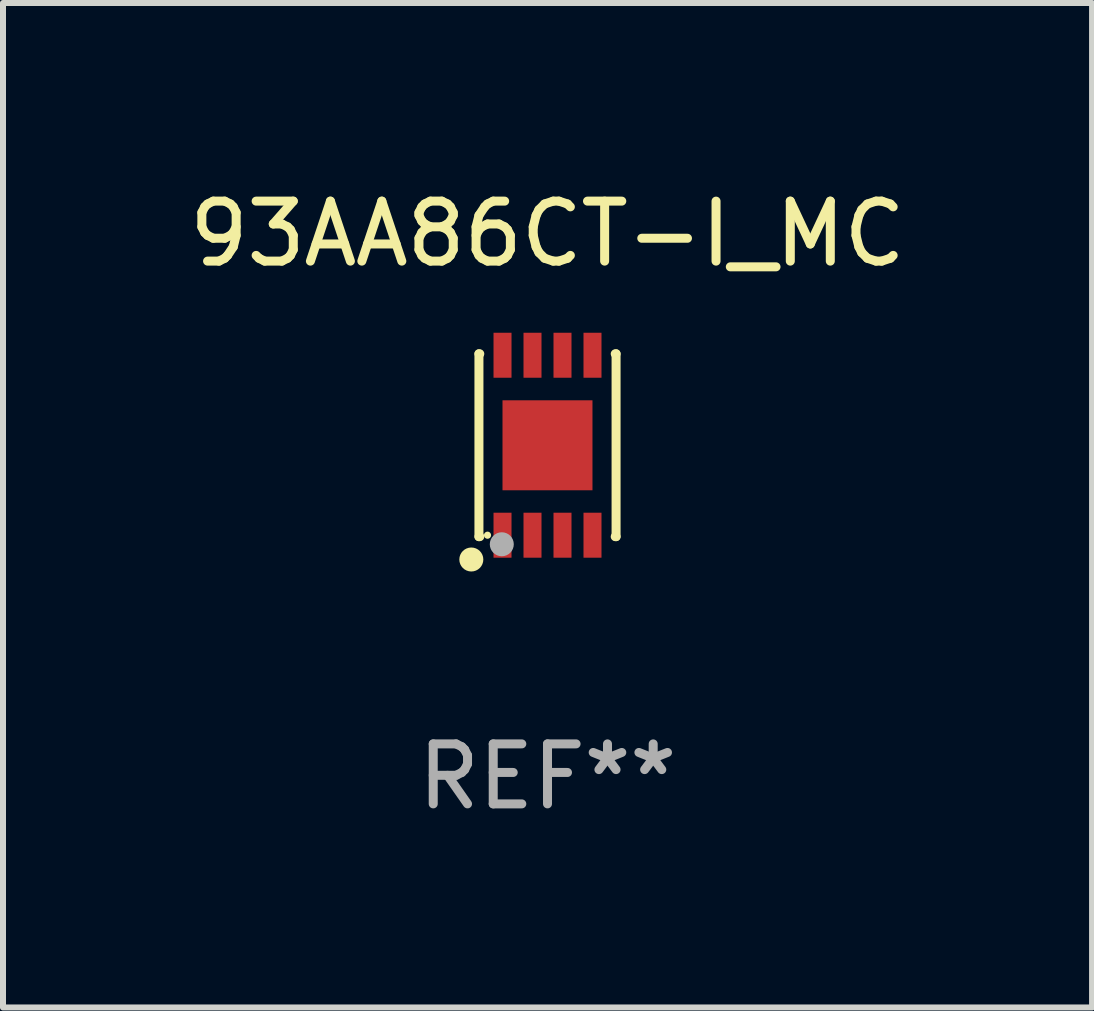
<source format=kicad_pcb>
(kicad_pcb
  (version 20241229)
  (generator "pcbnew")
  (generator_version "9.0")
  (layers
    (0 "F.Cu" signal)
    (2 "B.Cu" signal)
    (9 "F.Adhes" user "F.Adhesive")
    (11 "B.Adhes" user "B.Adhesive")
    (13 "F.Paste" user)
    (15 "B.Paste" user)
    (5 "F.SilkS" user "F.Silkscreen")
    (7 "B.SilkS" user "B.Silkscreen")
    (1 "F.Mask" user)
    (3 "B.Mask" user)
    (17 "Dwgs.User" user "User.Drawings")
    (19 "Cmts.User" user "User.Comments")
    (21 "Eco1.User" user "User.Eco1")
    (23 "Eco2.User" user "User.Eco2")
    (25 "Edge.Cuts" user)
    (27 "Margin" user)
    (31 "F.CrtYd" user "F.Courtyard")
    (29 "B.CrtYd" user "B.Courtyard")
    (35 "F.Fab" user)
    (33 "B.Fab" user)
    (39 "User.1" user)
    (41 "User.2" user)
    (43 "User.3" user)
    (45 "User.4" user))
  (footprint "93AA86CT-I_MC"
    (layer "F.Cu")
    (at 6.077 4.372)
    (property "Reference" "93AA86CT-I_MC" (at 0 -3.524 0) (layer "F.SilkS") (effects (font (size 1 1) (thickness 0.15))))
    (attr through_hole)
    (fp_line (start -1.143 -1.524) (end -1.143 1.524) (stroke (width 0.15) (type solid)) (layer "F.SilkS"))
    (fp_line (start -1.143 1.524) (end -1.129 1.524) (stroke (width 0.15) (type solid)) (layer "F.SilkS"))
    (fp_line (start -1.129 -1.524) (end -1.143 -1.524) (stroke (width 0.15) (type solid)) (layer "F.SilkS"))
    (fp_line (start 1.129 1.524) (end 1.143 1.524) (stroke (width 0.15) (type solid)) (layer "F.SilkS"))
    (fp_line (start 1.143 -1.524) (end 1.129 -1.524) (stroke (width 0.15) (type solid)) (layer "F.SilkS"))
    (fp_line (start 1.143 1.524) (end 1.143 -1.524) (stroke (width 0.15) (type solid)) (layer "F.SilkS"))
    (fp_circle (center -1.27 1.905) (end -1.17 1.905) (stroke (width 0.2) (type solid)) (fill no) (layer "F.SilkS"))
    (fp_circle (center -1 1.5) (end -0.97 1.5) (stroke (width 0.06) (type solid)) (fill no) (layer "F.SilkS"))
    (fp_circle (center -0.762 1.651) (end -0.662 1.651) (stroke (width 0.2) (type solid)) (fill no) (layer "F.Fab"))
    (fp_text user "REF**" (at 0 5.524 0) (layer "F.Fab") (effects (font (size 1 1) (thickness 0.15))))
    (pad "1" smd rect (at -0.75 1.5 90) (size 0.75 0.3) (layers "F.Cu" "F.Mask" "F.Paste"))
    (pad "2" smd rect (at -0.25 1.5 90) (size 0.75 0.3) (layers "F.Cu" "F.Mask" "F.Paste"))
    (pad "3" smd rect (at 0.25 1.5 90) (size 0.75 0.3) (layers "F.Cu" "F.Mask" "F.Paste"))
    (pad "4" smd rect (at 0.75 1.5 90) (size 0.75 0.3) (layers "F.Cu" "F.Mask" "F.Paste"))
    (pad "5" smd rect (at 0.75 -1.5 90) (size 0.75 0.3) (layers "F.Cu" "F.Mask" "F.Paste"))
    (pad "6" smd rect (at 0.25 -1.5 90) (size 0.75 0.3) (layers "F.Cu" "F.Mask" "F.Paste"))
    (pad "7" smd rect (at -0.25 -1.5 90) (size 0.75 0.3) (layers "F.Cu" "F.Mask" "F.Paste"))
    (pad "8" smd rect (at -0.75 -1.5 90) (size 0.75 0.3) (layers "F.Cu" "F.Mask" "F.Paste"))
    (pad "9" smd rect (at -0.000254 0.001 90) (size 1.5 1.5) (layers "F.Cu" "F.Mask" "F.Paste")))
  (gr_rect
    (start -3 -3)
    (end 15.155 13.745)
    (stroke (width 0.1) (type default))
    (fill no)
    (layer "Edge.Cuts")))
</source>
